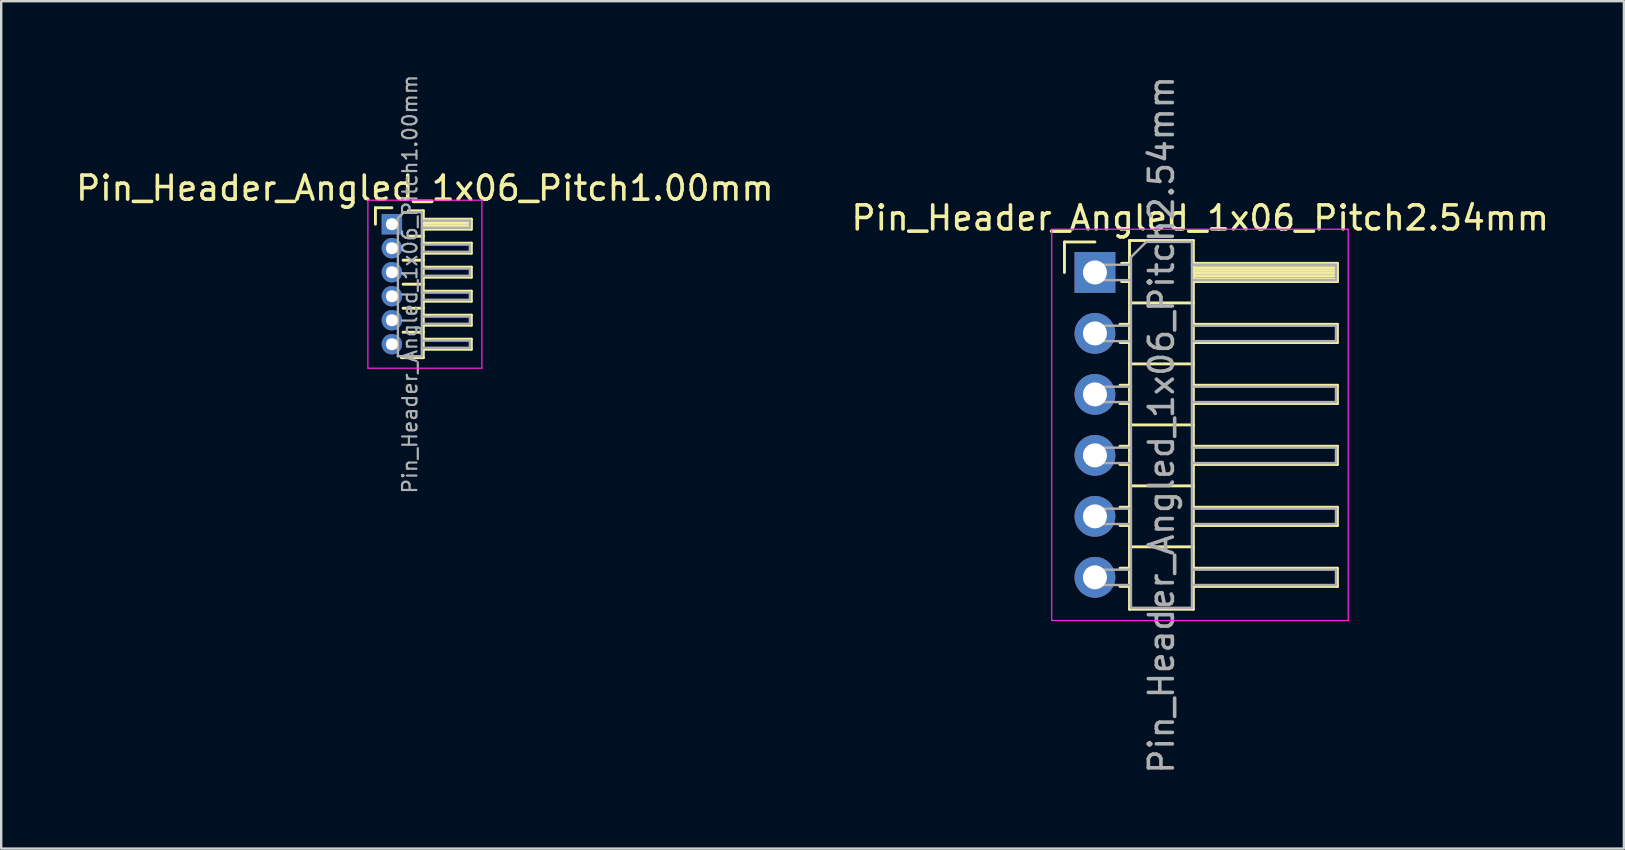
<source format=kicad_pcb>
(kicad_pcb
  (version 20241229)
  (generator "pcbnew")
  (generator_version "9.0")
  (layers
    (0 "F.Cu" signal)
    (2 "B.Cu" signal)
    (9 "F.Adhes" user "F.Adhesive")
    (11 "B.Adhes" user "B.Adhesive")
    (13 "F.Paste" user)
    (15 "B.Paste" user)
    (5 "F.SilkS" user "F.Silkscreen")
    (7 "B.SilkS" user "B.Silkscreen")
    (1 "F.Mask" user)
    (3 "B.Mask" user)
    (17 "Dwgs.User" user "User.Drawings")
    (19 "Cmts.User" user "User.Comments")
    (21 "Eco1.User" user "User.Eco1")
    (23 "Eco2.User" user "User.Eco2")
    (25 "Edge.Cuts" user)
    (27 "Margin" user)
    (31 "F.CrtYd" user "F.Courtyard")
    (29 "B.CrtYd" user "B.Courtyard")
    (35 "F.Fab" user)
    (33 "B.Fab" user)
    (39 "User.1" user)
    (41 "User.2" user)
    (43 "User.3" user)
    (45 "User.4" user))
  (footprint "Pin_Header_Angled_1x06_Pitch1.00mm"
    (layer "F.Cu")
    (at 13.274 6.289)
    (property "Reference" "Pin_Header_Angled_1x06_Pitch1.00mm" (at 1.375 -1.5 0) (layer "F.SilkS") (effects (font (size 1 1) (thickness 0.15))))
    (attr through_hole)
    (fp_line (start -0.685 -0.685) (end 0 -0.685) (stroke (width 0.12) (type solid)) (layer "F.SilkS"))
    (fp_line (start -0.685 0) (end -0.685 -0.685) (stroke (width 0.12) (type solid)) (layer "F.SilkS"))
    (fp_line (start 0.468 1.5) (end 1.31 1.5) (stroke (width 0.12) (type solid)) (layer "F.SilkS"))
    (fp_line (start 0.468 2.5) (end 1.31 2.5) (stroke (width 0.12) (type solid)) (layer "F.SilkS"))
    (fp_line (start 0.468 3.5) (end 1.31 3.5) (stroke (width 0.12) (type solid)) (layer "F.SilkS"))
    (fp_line (start 0.468 4.5) (end 1.31 4.5) (stroke (width 0.12) (type solid)) (layer "F.SilkS"))
    (fp_line (start 0.685 -0.56) (end 1.31 -0.56) (stroke (width 0.12) (type solid)) (layer "F.SilkS"))
    (fp_line (start 0.685 0.5) (end 1.31 0.5) (stroke (width 0.12) (type solid)) (layer "F.SilkS"))
    (fp_line (start 1.31 -0.56) (end 1.31 5.56) (stroke (width 0.12) (type solid)) (layer "F.SilkS"))
    (fp_line (start 1.31 -0.21) (end 3.31 -0.21) (stroke (width 0.12) (type solid)) (layer "F.SilkS"))
    (fp_line (start 1.31 -0.15) (end 3.31 -0.15) (stroke (width 0.12) (type solid)) (layer "F.SilkS"))
    (fp_line (start 1.31 -0.03) (end 3.31 -0.03) (stroke (width 0.12) (type solid)) (layer "F.SilkS"))
    (fp_line (start 1.31 0.09) (end 3.31 0.09) (stroke (width 0.12) (type solid)) (layer "F.SilkS"))
    (fp_line (start 1.31 0.79) (end 3.31 0.79) (stroke (width 0.12) (type solid)) (layer "F.SilkS"))
    (fp_line (start 1.31 1.79) (end 3.31 1.79) (stroke (width 0.12) (type solid)) (layer "F.SilkS"))
    (fp_line (start 1.31 2.79) (end 3.31 2.79) (stroke (width 0.12) (type solid)) (layer "F.SilkS"))
    (fp_line (start 1.31 3.79) (end 3.31 3.79) (stroke (width 0.12) (type solid)) (layer "F.SilkS"))
    (fp_line (start 1.31 4.79) (end 3.31 4.79) (stroke (width 0.12) (type solid)) (layer "F.SilkS"))
    (fp_line (start 1.31 5.56) (end 0.394 5.56) (stroke (width 0.12) (type solid)) (layer "F.SilkS"))
    (fp_line (start 3.31 -0.21) (end 3.31 0.21) (stroke (width 0.12) (type solid)) (layer "F.SilkS"))
    (fp_line (start 3.31 0.21) (end 1.31 0.21) (stroke (width 0.12) (type solid)) (layer "F.SilkS"))
    (fp_line (start 3.31 0.79) (end 3.31 1.21) (stroke (width 0.12) (type solid)) (layer "F.SilkS"))
    (fp_line (start 3.31 1.21) (end 1.31 1.21) (stroke (width 0.12) (type solid)) (layer "F.SilkS"))
    (fp_line (start 3.31 1.79) (end 3.31 2.21) (stroke (width 0.12) (type solid)) (layer "F.SilkS"))
    (fp_line (start 3.31 2.21) (end 1.31 2.21) (stroke (width 0.12) (type solid)) (layer "F.SilkS"))
    (fp_line (start 3.31 2.79) (end 3.31 3.21) (stroke (width 0.12) (type solid)) (layer "F.SilkS"))
    (fp_line (start 3.31 3.21) (end 1.31 3.21) (stroke (width 0.12) (type solid)) (layer "F.SilkS"))
    (fp_line (start 3.31 3.79) (end 3.31 4.21) (stroke (width 0.12) (type solid)) (layer "F.SilkS"))
    (fp_line (start 3.31 4.21) (end 1.31 4.21) (stroke (width 0.12) (type solid)) (layer "F.SilkS"))
    (fp_line (start 3.31 4.79) (end 3.31 5.21) (stroke (width 0.12) (type solid)) (layer "F.SilkS"))
    (fp_line (start 3.31 5.21) (end 1.31 5.21) (stroke (width 0.12) (type solid)) (layer "F.SilkS"))
    (fp_line (start -1 -1) (end -1 6) (stroke (width 0.05) (type solid)) (layer "F.CrtYd"))
    (fp_line (start -1 6) (end 3.75 6) (stroke (width 0.05) (type solid)) (layer "F.CrtYd"))
    (fp_line (start 3.75 -1) (end -1 -1) (stroke (width 0.05) (type solid)) (layer "F.CrtYd"))
    (fp_line (start 3.75 6) (end 3.75 -1) (stroke (width 0.05) (type solid)) (layer "F.CrtYd"))
    (fp_line (start -0.15 -0.15) (end -0.15 0.15) (stroke (width 0.1) (type solid)) (layer "F.Fab"))
    (fp_line (start -0.15 -0.15) (end 0.25 -0.15) (stroke (width 0.1) (type solid)) (layer "F.Fab"))
    (fp_line (start -0.15 0.15) (end 0.25 0.15) (stroke (width 0.1) (type solid)) (layer "F.Fab"))
    (fp_line (start -0.15 0.85) (end -0.15 1.15) (stroke (width 0.1) (type solid)) (layer "F.Fab"))
    (fp_line (start -0.15 0.85) (end 0.25 0.85) (stroke (width 0.1) (type solid)) (layer "F.Fab"))
    (fp_line (start -0.15 1.15) (end 0.25 1.15) (stroke (width 0.1) (type solid)) (layer "F.Fab"))
    (fp_line (start -0.15 1.85) (end -0.15 2.15) (stroke (width 0.1) (type solid)) (layer "F.Fab"))
    (fp_line (start -0.15 1.85) (end 0.25 1.85) (stroke (width 0.1) (type solid)) (layer "F.Fab"))
    (fp_line (start -0.15 2.15) (end 0.25 2.15) (stroke (width 0.1) (type solid)) (layer "F.Fab"))
    (fp_line (start -0.15 2.85) (end -0.15 3.15) (stroke (width 0.1) (type solid)) (layer "F.Fab"))
    (fp_line (start -0.15 2.85) (end 0.25 2.85) (stroke (width 0.1) (type solid)) (layer "F.Fab"))
    (fp_line (start -0.15 3.15) (end 0.25 3.15) (stroke (width 0.1) (type solid)) (layer "F.Fab"))
    (fp_line (start -0.15 3.85) (end -0.15 4.15) (stroke (width 0.1) (type solid)) (layer "F.Fab"))
    (fp_line (start -0.15 3.85) (end 0.25 3.85) (stroke (width 0.1) (type solid)) (layer "F.Fab"))
    (fp_line (start -0.15 4.15) (end 0.25 4.15) (stroke (width 0.1) (type solid)) (layer "F.Fab"))
    (fp_line (start -0.15 4.85) (end -0.15 5.15) (stroke (width 0.1) (type solid)) (layer "F.Fab"))
    (fp_line (start -0.15 4.85) (end 0.25 4.85) (stroke (width 0.1) (type solid)) (layer "F.Fab"))
    (fp_line (start -0.15 5.15) (end 0.25 5.15) (stroke (width 0.1) (type solid)) (layer "F.Fab"))
    (fp_line (start 0.25 -0.25) (end 0.5 -0.5) (stroke (width 0.1) (type solid)) (layer "F.Fab"))
    (fp_line (start 0.25 5.5) (end 0.25 -0.25) (stroke (width 0.1) (type solid)) (layer "F.Fab"))
    (fp_line (start 0.5 -0.5) (end 1.25 -0.5) (stroke (width 0.1) (type solid)) (layer "F.Fab"))
    (fp_line (start 1.25 -0.5) (end 1.25 5.5) (stroke (width 0.1) (type solid)) (layer "F.Fab"))
    (fp_line (start 1.25 -0.15) (end 3.25 -0.15) (stroke (width 0.1) (type solid)) (layer "F.Fab"))
    (fp_line (start 1.25 0.15) (end 3.25 0.15) (stroke (width 0.1) (type solid)) (layer "F.Fab"))
    (fp_line (start 1.25 0.85) (end 3.25 0.85) (stroke (width 0.1) (type solid)) (layer "F.Fab"))
    (fp_line (start 1.25 1.15) (end 3.25 1.15) (stroke (width 0.1) (type solid)) (layer "F.Fab"))
    (fp_line (start 1.25 1.85) (end 3.25 1.85) (stroke (width 0.1) (type solid)) (layer "F.Fab"))
    (fp_line (start 1.25 2.15) (end 3.25 2.15) (stroke (width 0.1) (type solid)) (layer "F.Fab"))
    (fp_line (start 1.25 2.85) (end 3.25 2.85) (stroke (width 0.1) (type solid)) (layer "F.Fab"))
    (fp_line (start 1.25 3.15) (end 3.25 3.15) (stroke (width 0.1) (type solid)) (layer "F.Fab"))
    (fp_line (start 1.25 3.85) (end 3.25 3.85) (stroke (width 0.1) (type solid)) (layer "F.Fab"))
    (fp_line (start 1.25 4.15) (end 3.25 4.15) (stroke (width 0.1) (type solid)) (layer "F.Fab"))
    (fp_line (start 1.25 4.85) (end 3.25 4.85) (stroke (width 0.1) (type solid)) (layer "F.Fab"))
    (fp_line (start 1.25 5.15) (end 3.25 5.15) (stroke (width 0.1) (type solid)) (layer "F.Fab"))
    (fp_line (start 1.25 5.5) (end 0.25 5.5) (stroke (width 0.1) (type solid)) (layer "F.Fab"))
    (fp_line (start 3.25 -0.15) (end 3.25 0.15) (stroke (width 0.1) (type solid)) (layer "F.Fab"))
    (fp_line (start 3.25 0.85) (end 3.25 1.15) (stroke (width 0.1) (type solid)) (layer "F.Fab"))
    (fp_line (start 3.25 1.85) (end 3.25 2.15) (stroke (width 0.1) (type solid)) (layer "F.Fab"))
    (fp_line (start 3.25 2.85) (end 3.25 3.15) (stroke (width 0.1) (type solid)) (layer "F.Fab"))
    (fp_line (start 3.25 3.85) (end 3.25 4.15) (stroke (width 0.1) (type solid)) (layer "F.Fab"))
    (fp_line (start 3.25 4.85) (end 3.25 5.15) (stroke (width 0.1) (type solid)) (layer "F.Fab"))
    (fp_text user "${REFERENCE}" (at 0.75 2.5 90) (layer "F.Fab") (effects (font (size 0.6 0.6) (thickness 0.09))))
    (pad "1" thru_hole rect (at 0 0) (size 0.85 0.85) (drill 0.5) (layers "*.Cu" "*.Mask"))
    (pad "2" thru_hole oval (at 0 1) (size 0.85 0.85) (drill 0.5) (layers "*.Cu" "*.Mask"))
    (pad "3" thru_hole oval (at 0 2) (size 0.85 0.85) (drill 0.5) (layers "*.Cu" "*.Mask"))
    (pad "4" thru_hole oval (at 0 3) (size 0.85 0.85) (drill 0.5) (layers "*.Cu" "*.Mask"))
    (pad "5" thru_hole oval (at 0 4) (size 0.85 0.85) (drill 0.5) (layers "*.Cu" "*.Mask"))
    (pad "6" thru_hole oval (at 0 5) (size 0.85 0.85) (drill 0.5) (layers "*.Cu" "*.Mask")))
  (footprint "Pin_Header_Angled_1x06_Pitch2.54mm"
    (layer "F.Cu")
    (at 42.561 8.299)
    (property "Reference" "Pin_Header_Angled_1x06_Pitch2.54mm" (at 4.385 -2.27 0) (layer "F.SilkS") (effects (font (size 1 1) (thickness 0.15))))
    (attr through_hole)
    (fp_line (start -1.27 -1.27) (end 0 -1.27) (stroke (width 0.12) (type solid)) (layer "F.SilkS"))
    (fp_line (start -1.27 0) (end -1.27 -1.27) (stroke (width 0.12) (type solid)) (layer "F.SilkS"))
    (fp_line (start 1.043 2.16) (end 1.44 2.16) (stroke (width 0.12) (type solid)) (layer "F.SilkS"))
    (fp_line (start 1.043 2.92) (end 1.44 2.92) (stroke (width 0.12) (type solid)) (layer "F.SilkS"))
    (fp_line (start 1.043 4.7) (end 1.44 4.7) (stroke (width 0.12) (type solid)) (layer "F.SilkS"))
    (fp_line (start 1.043 5.46) (end 1.44 5.46) (stroke (width 0.12) (type solid)) (layer "F.SilkS"))
    (fp_line (start 1.043 7.24) (end 1.44 7.24) (stroke (width 0.12) (type solid)) (layer "F.SilkS"))
    (fp_line (start 1.043 8) (end 1.44 8) (stroke (width 0.12) (type solid)) (layer "F.SilkS"))
    (fp_line (start 1.043 9.78) (end 1.44 9.78) (stroke (width 0.12) (type solid)) (layer "F.SilkS"))
    (fp_line (start 1.043 10.54) (end 1.44 10.54) (stroke (width 0.12) (type solid)) (layer "F.SilkS"))
    (fp_line (start 1.043 12.32) (end 1.44 12.32) (stroke (width 0.12) (type solid)) (layer "F.SilkS"))
    (fp_line (start 1.043 13.08) (end 1.44 13.08) (stroke (width 0.12) (type solid)) (layer "F.SilkS"))
    (fp_line (start 1.11 -0.38) (end 1.44 -0.38) (stroke (width 0.12) (type solid)) (layer "F.SilkS"))
    (fp_line (start 1.11 0.38) (end 1.44 0.38) (stroke (width 0.12) (type solid)) (layer "F.SilkS"))
    (fp_line (start 1.44 -1.33) (end 1.44 14.03) (stroke (width 0.12) (type solid)) (layer "F.SilkS"))
    (fp_line (start 1.44 1.27) (end 4.1 1.27) (stroke (width 0.12) (type solid)) (layer "F.SilkS"))
    (fp_line (start 1.44 3.81) (end 4.1 3.81) (stroke (width 0.12) (type solid)) (layer "F.SilkS"))
    (fp_line (start 1.44 6.35) (end 4.1 6.35) (stroke (width 0.12) (type solid)) (layer "F.SilkS"))
    (fp_line (start 1.44 8.89) (end 4.1 8.89) (stroke (width 0.12) (type solid)) (layer "F.SilkS"))
    (fp_line (start 1.44 11.43) (end 4.1 11.43) (stroke (width 0.12) (type solid)) (layer "F.SilkS"))
    (fp_line (start 1.44 14.03) (end 4.1 14.03) (stroke (width 0.12) (type solid)) (layer "F.SilkS"))
    (fp_line (start 4.1 -1.33) (end 1.44 -1.33) (stroke (width 0.12) (type solid)) (layer "F.SilkS"))
    (fp_line (start 4.1 -0.38) (end 10.1 -0.38) (stroke (width 0.12) (type solid)) (layer "F.SilkS"))
    (fp_line (start 4.1 -0.32) (end 10.1 -0.32) (stroke (width 0.12) (type solid)) (layer "F.SilkS"))
    (fp_line (start 4.1 -0.2) (end 10.1 -0.2) (stroke (width 0.12) (type solid)) (layer "F.SilkS"))
    (fp_line (start 4.1 -0.08) (end 10.1 -0.08) (stroke (width 0.12) (type solid)) (layer "F.SilkS"))
    (fp_line (start 4.1 0.04) (end 10.1 0.04) (stroke (width 0.12) (type solid)) (layer "F.SilkS"))
    (fp_line (start 4.1 0.16) (end 10.1 0.16) (stroke (width 0.12) (type solid)) (layer "F.SilkS"))
    (fp_line (start 4.1 0.28) (end 10.1 0.28) (stroke (width 0.12) (type solid)) (layer "F.SilkS"))
    (fp_line (start 4.1 2.16) (end 10.1 2.16) (stroke (width 0.12) (type solid)) (layer "F.SilkS"))
    (fp_line (start 4.1 4.7) (end 10.1 4.7) (stroke (width 0.12) (type solid)) (layer "F.SilkS"))
    (fp_line (start 4.1 7.24) (end 10.1 7.24) (stroke (width 0.12) (type solid)) (layer "F.SilkS"))
    (fp_line (start 4.1 9.78) (end 10.1 9.78) (stroke (width 0.12) (type solid)) (layer "F.SilkS"))
    (fp_line (start 4.1 12.32) (end 10.1 12.32) (stroke (width 0.12) (type solid)) (layer "F.SilkS"))
    (fp_line (start 4.1 14.03) (end 4.1 -1.33) (stroke (width 0.12) (type solid)) (layer "F.SilkS"))
    (fp_line (start 10.1 -0.38) (end 10.1 0.38) (stroke (width 0.12) (type solid)) (layer "F.SilkS"))
    (fp_line (start 10.1 0.38) (end 4.1 0.38) (stroke (width 0.12) (type solid)) (layer "F.SilkS"))
    (fp_line (start 10.1 2.16) (end 10.1 2.92) (stroke (width 0.12) (type solid)) (layer "F.SilkS"))
    (fp_line (start 10.1 2.92) (end 4.1 2.92) (stroke (width 0.12) (type solid)) (layer "F.SilkS"))
    (fp_line (start 10.1 4.7) (end 10.1 5.46) (stroke (width 0.12) (type solid)) (layer "F.SilkS"))
    (fp_line (start 10.1 5.46) (end 4.1 5.46) (stroke (width 0.12) (type solid)) (layer "F.SilkS"))
    (fp_line (start 10.1 7.24) (end 10.1 8) (stroke (width 0.12) (type solid)) (layer "F.SilkS"))
    (fp_line (start 10.1 8) (end 4.1 8) (stroke (width 0.12) (type solid)) (layer "F.SilkS"))
    (fp_line (start 10.1 9.78) (end 10.1 10.54) (stroke (width 0.12) (type solid)) (layer "F.SilkS"))
    (fp_line (start 10.1 10.54) (end 4.1 10.54) (stroke (width 0.12) (type solid)) (layer "F.SilkS"))
    (fp_line (start 10.1 12.32) (end 10.1 13.08) (stroke (width 0.12) (type solid)) (layer "F.SilkS"))
    (fp_line (start 10.1 13.08) (end 4.1 13.08) (stroke (width 0.12) (type solid)) (layer "F.SilkS"))
    (fp_line (start -1.8 -1.8) (end -1.8 14.5) (stroke (width 0.05) (type solid)) (layer "F.CrtYd"))
    (fp_line (start -1.8 14.5) (end 10.55 14.5) (stroke (width 0.05) (type solid)) (layer "F.CrtYd"))
    (fp_line (start 10.55 -1.8) (end -1.8 -1.8) (stroke (width 0.05) (type solid)) (layer "F.CrtYd"))
    (fp_line (start 10.55 14.5) (end 10.55 -1.8) (stroke (width 0.05) (type solid)) (layer "F.CrtYd"))
    (fp_line (start -0.32 -0.32) (end -0.32 0.32) (stroke (width 0.1) (type solid)) (layer "F.Fab"))
    (fp_line (start -0.32 -0.32) (end 1.5 -0.32) (stroke (width 0.1) (type solid)) (layer "F.Fab"))
    (fp_line (start -0.32 0.32) (end 1.5 0.32) (stroke (width 0.1) (type solid)) (layer "F.Fab"))
    (fp_line (start -0.32 2.22) (end -0.32 2.86) (stroke (width 0.1) (type solid)) (layer "F.Fab"))
    (fp_line (start -0.32 2.22) (end 1.5 2.22) (stroke (width 0.1) (type solid)) (layer "F.Fab"))
    (fp_line (start -0.32 2.86) (end 1.5 2.86) (stroke (width 0.1) (type solid)) (layer "F.Fab"))
    (fp_line (start -0.32 4.76) (end -0.32 5.4) (stroke (width 0.1) (type solid)) (layer "F.Fab"))
    (fp_line (start -0.32 4.76) (end 1.5 4.76) (stroke (width 0.1) (type solid)) (layer "F.Fab"))
    (fp_line (start -0.32 5.4) (end 1.5 5.4) (stroke (width 0.1) (type solid)) (layer "F.Fab"))
    (fp_line (start -0.32 7.3) (end -0.32 7.94) (stroke (width 0.1) (type solid)) (layer "F.Fab"))
    (fp_line (start -0.32 7.3) (end 1.5 7.3) (stroke (width 0.1) (type solid)) (layer "F.Fab"))
    (fp_line (start -0.32 7.94) (end 1.5 7.94) (stroke (width 0.1) (type solid)) (layer "F.Fab"))
    (fp_line (start -0.32 9.84) (end -0.32 10.48) (stroke (width 0.1) (type solid)) (layer "F.Fab"))
    (fp_line (start -0.32 9.84) (end 1.5 9.84) (stroke (width 0.1) (type solid)) (layer "F.Fab"))
    (fp_line (start -0.32 10.48) (end 1.5 10.48) (stroke (width 0.1) (type solid)) (layer "F.Fab"))
    (fp_line (start -0.32 12.38) (end -0.32 13.02) (stroke (width 0.1) (type solid)) (layer "F.Fab"))
    (fp_line (start -0.32 12.38) (end 1.5 12.38) (stroke (width 0.1) (type solid)) (layer "F.Fab"))
    (fp_line (start -0.32 13.02) (end 1.5 13.02) (stroke (width 0.1) (type solid)) (layer "F.Fab"))
    (fp_line (start 1.5 -0.635) (end 2.135 -1.27) (stroke (width 0.1) (type solid)) (layer "F.Fab"))
    (fp_line (start 1.5 13.97) (end 1.5 -0.635) (stroke (width 0.1) (type solid)) (layer "F.Fab"))
    (fp_line (start 2.135 -1.27) (end 4.04 -1.27) (stroke (width 0.1) (type solid)) (layer "F.Fab"))
    (fp_line (start 4.04 -1.27) (end 4.04 13.97) (stroke (width 0.1) (type solid)) (layer "F.Fab"))
    (fp_line (start 4.04 -0.32) (end 10.04 -0.32) (stroke (width 0.1) (type solid)) (layer "F.Fab"))
    (fp_line (start 4.04 0.32) (end 10.04 0.32) (stroke (width 0.1) (type solid)) (layer "F.Fab"))
    (fp_line (start 4.04 2.22) (end 10.04 2.22) (stroke (width 0.1) (type solid)) (layer "F.Fab"))
    (fp_line (start 4.04 2.86) (end 10.04 2.86) (stroke (width 0.1) (type solid)) (layer "F.Fab"))
    (fp_line (start 4.04 4.76) (end 10.04 4.76) (stroke (width 0.1) (type solid)) (layer "F.Fab"))
    (fp_line (start 4.04 5.4) (end 10.04 5.4) (stroke (width 0.1) (type solid)) (layer "F.Fab"))
    (fp_line (start 4.04 7.3) (end 10.04 7.3) (stroke (width 0.1) (type solid)) (layer "F.Fab"))
    (fp_line (start 4.04 7.94) (end 10.04 7.94) (stroke (width 0.1) (type solid)) (layer "F.Fab"))
    (fp_line (start 4.04 9.84) (end 10.04 9.84) (stroke (width 0.1) (type solid)) (layer "F.Fab"))
    (fp_line (start 4.04 10.48) (end 10.04 10.48) (stroke (width 0.1) (type solid)) (layer "F.Fab"))
    (fp_line (start 4.04 12.38) (end 10.04 12.38) (stroke (width 0.1) (type solid)) (layer "F.Fab"))
    (fp_line (start 4.04 13.02) (end 10.04 13.02) (stroke (width 0.1) (type solid)) (layer "F.Fab"))
    (fp_line (start 4.04 13.97) (end 1.5 13.97) (stroke (width 0.1) (type solid)) (layer "F.Fab"))
    (fp_line (start 10.04 -0.32) (end 10.04 0.32) (stroke (width 0.1) (type solid)) (layer "F.Fab"))
    (fp_line (start 10.04 2.22) (end 10.04 2.86) (stroke (width 0.1) (type solid)) (layer "F.Fab"))
    (fp_line (start 10.04 4.76) (end 10.04 5.4) (stroke (width 0.1) (type solid)) (layer "F.Fab"))
    (fp_line (start 10.04 7.3) (end 10.04 7.94) (stroke (width 0.1) (type solid)) (layer "F.Fab"))
    (fp_line (start 10.04 9.84) (end 10.04 10.48) (stroke (width 0.1) (type solid)) (layer "F.Fab"))
    (fp_line (start 10.04 12.38) (end 10.04 13.02) (stroke (width 0.1) (type solid)) (layer "F.Fab"))
    (fp_text user "${REFERENCE}" (at 2.77 6.35 90) (layer "F.Fab") (effects (font (size 1 1) (thickness 0.15))))
    (pad "1" thru_hole rect (at 0 0) (size 1.7 1.7) (drill 1) (layers "*.Cu" "*.Mask"))
    (pad "2" thru_hole oval (at 0 2.54) (size 1.7 1.7) (drill 1) (layers "*.Cu" "*.Mask"))
    (pad "3" thru_hole oval (at 0 5.08) (size 1.7 1.7) (drill 1) (layers "*.Cu" "*.Mask"))
    (pad "4" thru_hole oval (at 0 7.62) (size 1.7 1.7) (drill 1) (layers "*.Cu" "*.Mask"))
    (pad "5" thru_hole oval (at 0 10.16) (size 1.7 1.7) (drill 1) (layers "*.Cu" "*.Mask"))
    (pad "6" thru_hole oval (at 0 12.7) (size 1.7 1.7) (drill 1) (layers "*.Cu" "*.Mask")))
  (gr_rect
    (start -3 -3)
    (end 64.595 32.298)
    (stroke (width 0.1) (type default))
    (fill no)
    (layer "Edge.Cuts")))
</source>
